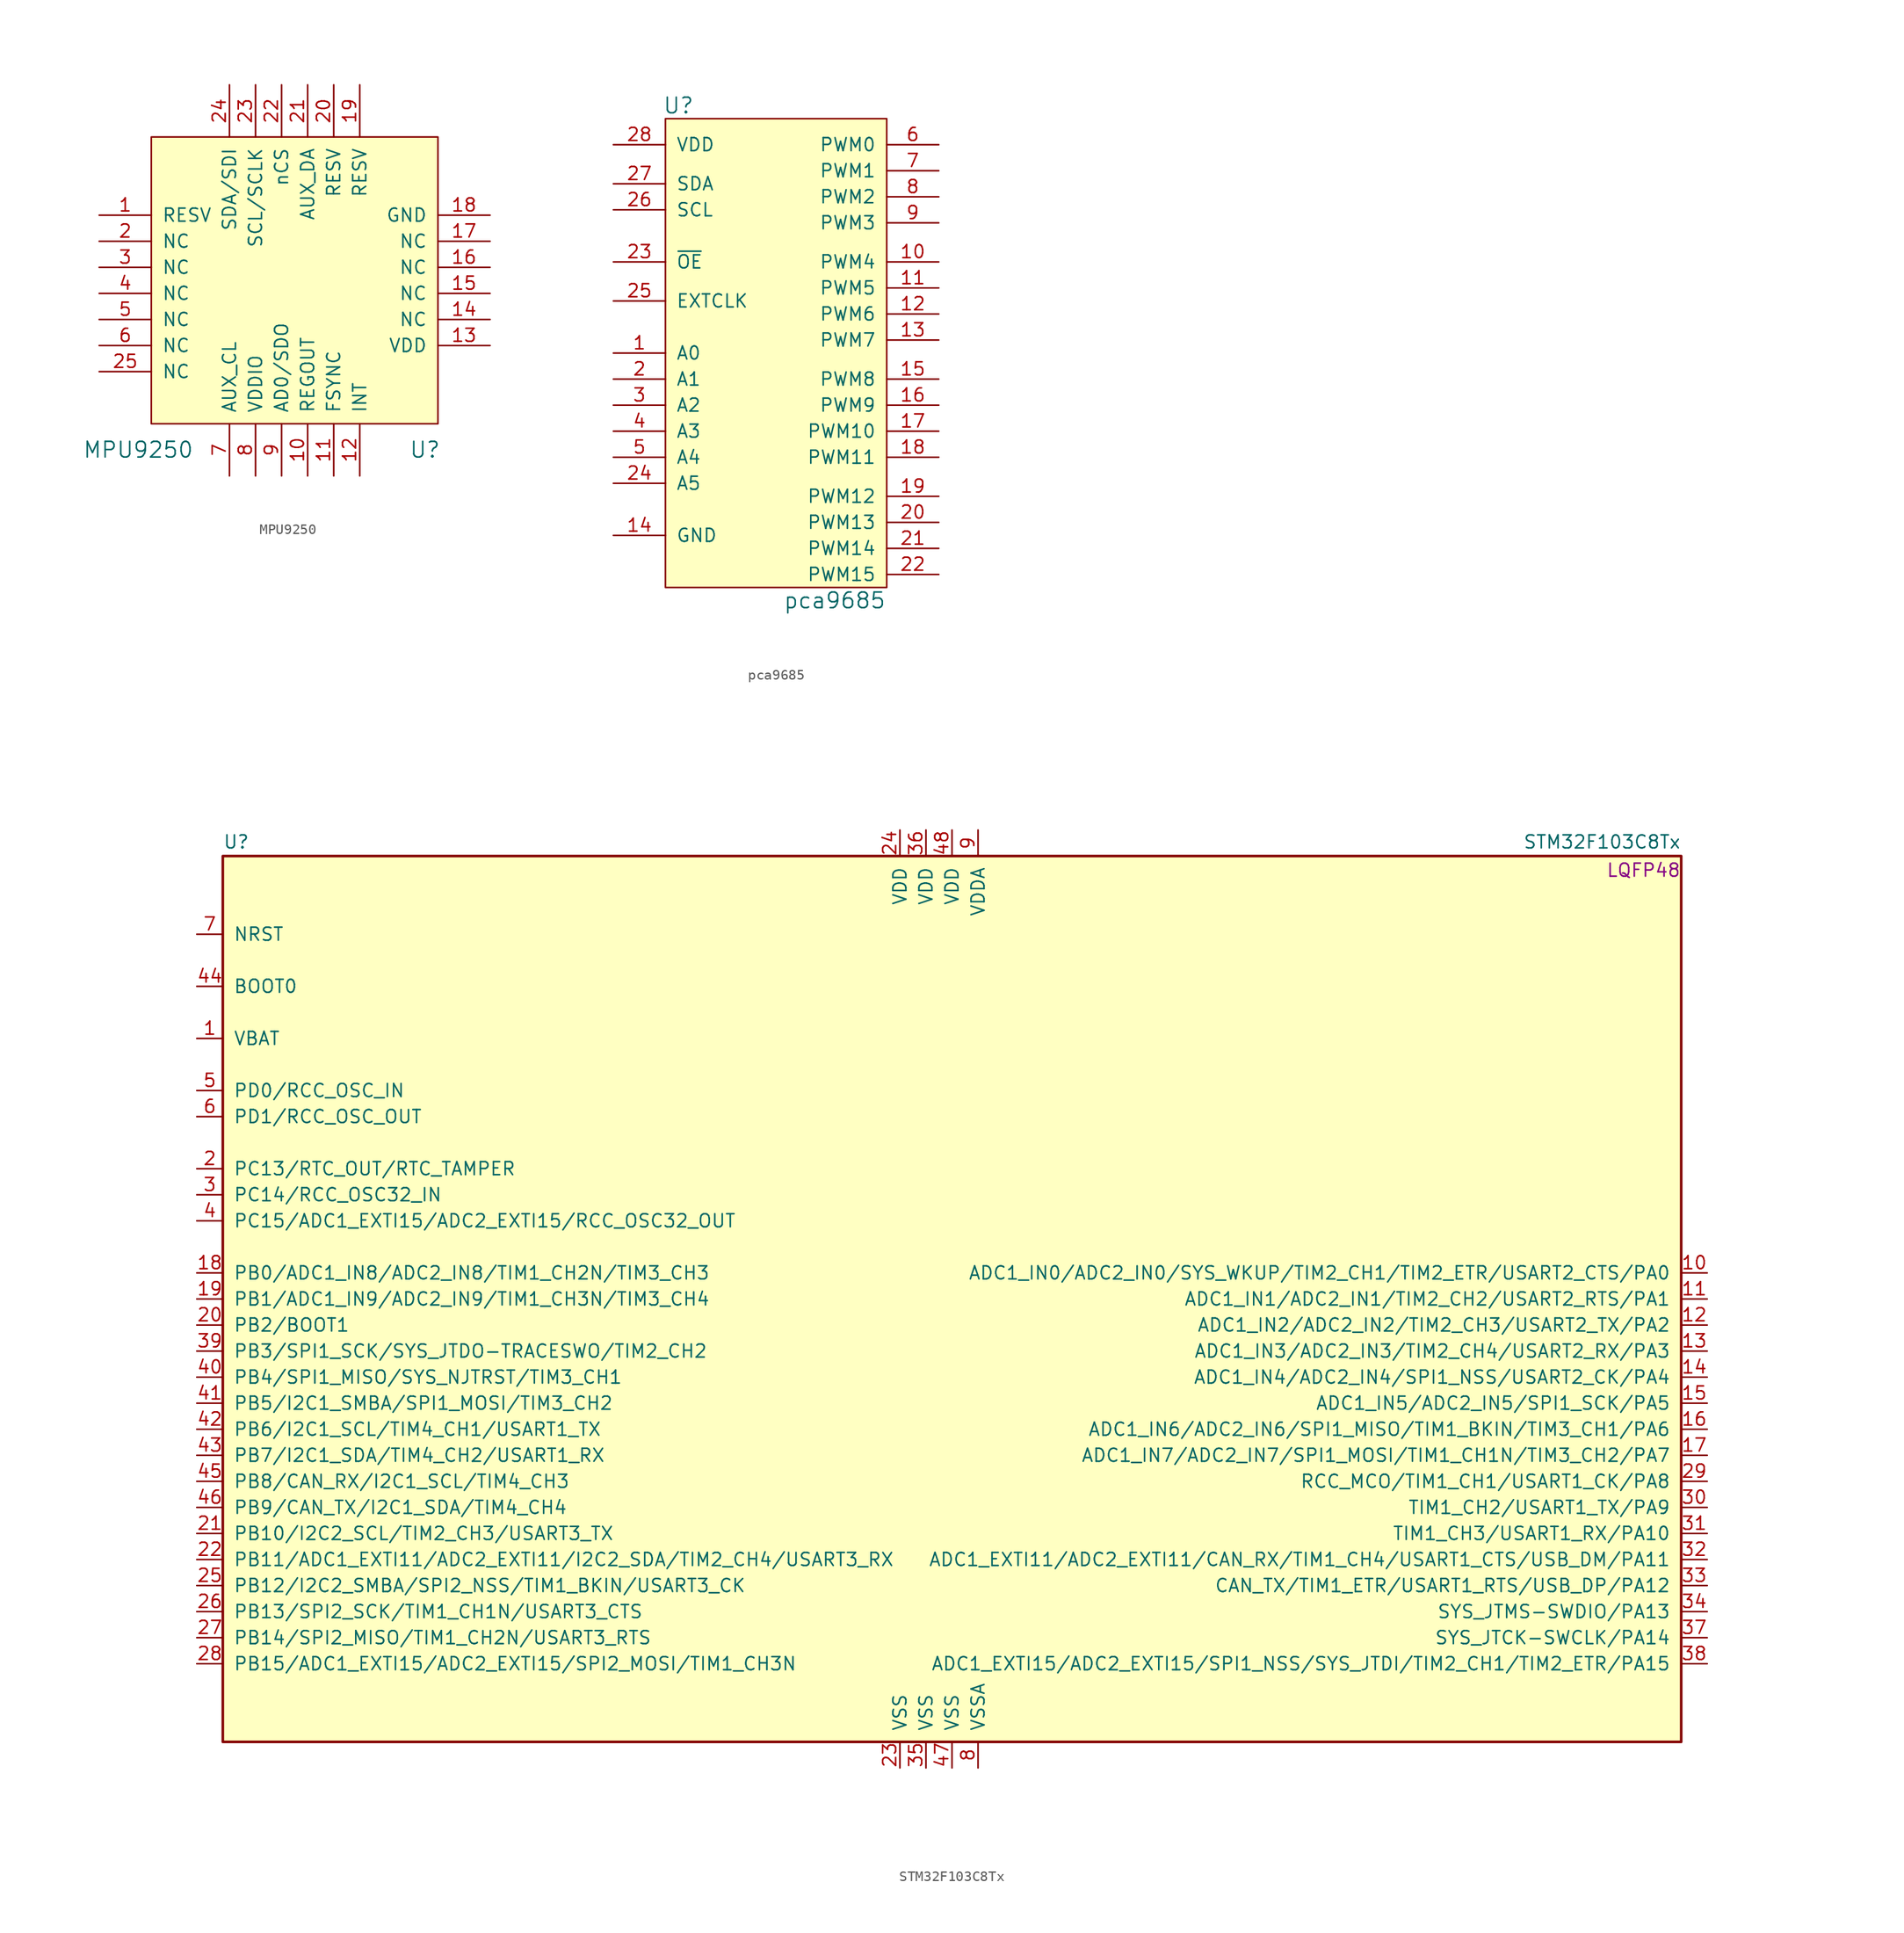
<source format=kicad_sym>
(kicad_symbol_lib
  (version 20241209)
  (generator "kicad_symbol_editor")
  (generator_version "9.0")
  (symbol "MPU9250"
    (pin_names
      (offset 1.016))
    (property "Reference" "U"
      (at 12.7 -16.51 0)
      (effects (font (size 1.524 1.524))))
    (property "Value" "MPU9250"
      (at -15.24 -16.51 0)
      (effects (font (size 1.524 1.524))))
    (symbol "MPU9250_0_1"
      (rectangle (start -13.97 13.97) (end 13.97 -13.97) (stroke (width 0) (type solid)) (fill (type background))))
    (symbol "MPU9250_1_1"
      (pin input line (at -19.05 6.35 0) (length 5.08) (name "RESV" (effects (font (size 1.27 1.27)))) (number "1" (effects (font (size 1.27 1.27)))))
      (pin input line (at -19.05 3.81 0) (length 5.08) (name "NC" (effects (font (size 1.27 1.27)))) (number "2" (effects (font (size 1.27 1.27)))))
      (pin input line (at -19.05 1.27 0) (length 5.08) (name "NC" (effects (font (size 1.27 1.27)))) (number "3" (effects (font (size 1.27 1.27)))))
      (pin input line (at -19.05 -1.27 0) (length 5.08) (name "NC" (effects (font (size 1.27 1.27)))) (number "4" (effects (font (size 1.27 1.27)))))
      (pin input line (at -19.05 -3.81 0) (length 5.08) (name "NC" (effects (font (size 1.27 1.27)))) (number "5" (effects (font (size 1.27 1.27)))))
      (pin input line (at -19.05 -6.35 0) (length 5.08) (name "NC" (effects (font (size 1.27 1.27)))) (number "6" (effects (font (size 1.27 1.27)))))
      (pin input line (at -19.05 -8.89 0) (length 5.08) (name "NC" (effects (font (size 1.27 1.27)))) (number "25" (effects (font (size 1.27 1.27)))))
      (pin input line (at -6.35 19.05 270) (length 5.08) (name "SDA/SDI" (effects (font (size 1.27 1.27)))) (number "24" (effects (font (size 1.27 1.27)))))
      (pin input line (at -6.35 -19.05 90) (length 5.08) (name "AUX_CL" (effects (font (size 1.27 1.27)))) (number "7" (effects (font (size 1.27 1.27)))))
      (pin input line (at -3.81 19.05 270) (length 5.08) (name "SCL/SCLK" (effects (font (size 1.27 1.27)))) (number "23" (effects (font (size 1.27 1.27)))))
      (pin input line (at -3.81 -19.05 90) (length 5.08) (name "VDDIO" (effects (font (size 1.27 1.27)))) (number "8" (effects (font (size 1.27 1.27)))))
      (pin input line (at -1.27 19.05 270) (length 5.08) (name "nCS" (effects (font (size 1.27 1.27)))) (number "22" (effects (font (size 1.27 1.27)))))
      (pin input line (at -1.27 -19.05 90) (length 5.08) (name "AD0/SDO" (effects (font (size 1.27 1.27)))) (number "9" (effects (font (size 1.27 1.27)))))
      (pin input line (at 1.27 19.05 270) (length 5.08) (name "AUX_DA" (effects (font (size 1.27 1.27)))) (number "21" (effects (font (size 1.27 1.27)))))
      (pin input line (at 1.27 -19.05 90) (length 5.08) (name "REGOUT" (effects (font (size 1.27 1.27)))) (number "10" (effects (font (size 1.27 1.27)))))
      (pin input line (at 3.81 19.05 270) (length 5.08) (name "RESV" (effects (font (size 1.27 1.27)))) (number "20" (effects (font (size 1.27 1.27)))))
      (pin input line (at 3.81 -19.05 90) (length 5.08) (name "FSYNC" (effects (font (size 1.27 1.27)))) (number "11" (effects (font (size 1.27 1.27)))))
      (pin input line (at 6.35 19.05 270) (length 5.08) (name "RESV" (effects (font (size 1.27 1.27)))) (number "19" (effects (font (size 1.27 1.27)))))
      (pin input line (at 6.35 -19.05 90) (length 5.08) (name "INT" (effects (font (size 1.27 1.27)))) (number "12" (effects (font (size 1.27 1.27)))))
      (pin input line (at 19.05 6.35 180) (length 5.08) (name "GND" (effects (font (size 1.27 1.27)))) (number "18" (effects (font (size 1.27 1.27)))))
      (pin input line (at 19.05 3.81 180) (length 5.08) (name "NC" (effects (font (size 1.27 1.27)))) (number "17" (effects (font (size 1.27 1.27)))))
      (pin input line (at 19.05 1.27 180) (length 5.08) (name "NC" (effects (font (size 1.27 1.27)))) (number "16" (effects (font (size 1.27 1.27)))))
      (pin input line (at 19.05 -1.27 180) (length 5.08) (name "NC" (effects (font (size 1.27 1.27)))) (number "15" (effects (font (size 1.27 1.27)))))
      (pin input line (at 19.05 -3.81 180) (length 5.08) (name "NC" (effects (font (size 1.27 1.27)))) (number "14" (effects (font (size 1.27 1.27)))))
      (pin input line (at 19.05 -6.35 180) (length 5.08) (name "VDD" (effects (font (size 1.27 1.27)))) (number "13" (effects (font (size 1.27 1.27)))))))
  (symbol "pca9685"
    (pin_names
      (offset 1.016))
    (property "Reference" "U"
      (at -8.89 22.86 0)
      (effects (font (size 1.524 1.524))))
    (property "Value" "pca9685"
      (at 6.35 -25.4 0)
      (effects (font (size 1.524 1.524))))
    (symbol "pca9685_0_1"
      (rectangle (start -10.16 21.59) (end 11.43 -24.13) (stroke (width 0) (type solid)) (fill (type background))))
    (symbol "pca9685_1_1"
      (pin input line (at -15.24 19.05 0) (length 5.08) (name "VDD" (effects (font (size 1.27 1.27)))) (number "28" (effects (font (size 1.27 1.27)))))
      (pin input line (at -15.24 15.24 0) (length 5.08) (name "SDA" (effects (font (size 1.27 1.27)))) (number "27" (effects (font (size 1.27 1.27)))))
      (pin input line (at -15.24 12.7 0) (length 5.08) (name "SCL" (effects (font (size 1.27 1.27)))) (number "26" (effects (font (size 1.27 1.27)))))
      (pin input line (at -15.24 7.62 0) (length 5.08) (name "~{OE}" (effects (font (size 1.27 1.27)))) (number "23" (effects (font (size 1.27 1.27)))))
      (pin input line (at -15.24 3.81 0) (length 5.08) (name "EXTCLK" (effects (font (size 1.27 1.27)))) (number "25" (effects (font (size 1.27 1.27)))))
      (pin input line (at -15.24 -1.27 0) (length 5.08) (name "A0" (effects (font (size 1.27 1.27)))) (number "1" (effects (font (size 1.27 1.27)))))
      (pin input line (at -15.24 -3.81 0) (length 5.08) (name "A1" (effects (font (size 1.27 1.27)))) (number "2" (effects (font (size 1.27 1.27)))))
      (pin input line (at -15.24 -6.35 0) (length 5.08) (name "A2" (effects (font (size 1.27 1.27)))) (number "3" (effects (font (size 1.27 1.27)))))
      (pin input line (at -15.24 -8.89 0) (length 5.08) (name "A3" (effects (font (size 1.27 1.27)))) (number "4" (effects (font (size 1.27 1.27)))))
      (pin input line (at -15.24 -11.43 0) (length 5.08) (name "A4" (effects (font (size 1.27 1.27)))) (number "5" (effects (font (size 1.27 1.27)))))
      (pin input line (at -15.24 -13.97 0) (length 5.08) (name "A5" (effects (font (size 1.27 1.27)))) (number "24" (effects (font (size 1.27 1.27)))))
      (pin input line (at -15.24 -19.05 0) (length 5.08) (name "GND" (effects (font (size 1.27 1.27)))) (number "14" (effects (font (size 1.27 1.27)))))
      (pin input line (at 16.51 19.05 180) (length 5.08) (name "PWM0" (effects (font (size 1.27 1.27)))) (number "6" (effects (font (size 1.27 1.27)))))
      (pin input line (at 16.51 16.51 180) (length 5.08) (name "PWM1" (effects (font (size 1.27 1.27)))) (number "7" (effects (font (size 1.27 1.27)))))
      (pin input line (at 16.51 13.97 180) (length 5.08) (name "PWM2" (effects (font (size 1.27 1.27)))) (number "8" (effects (font (size 1.27 1.27)))))
      (pin input line (at 16.51 11.43 180) (length 5.08) (name "PWM3" (effects (font (size 1.27 1.27)))) (number "9" (effects (font (size 1.27 1.27)))))
      (pin input line (at 16.51 7.62 180) (length 5.08) (name "PWM4" (effects (font (size 1.27 1.27)))) (number "10" (effects (font (size 1.27 1.27)))))
      (pin input line (at 16.51 5.08 180) (length 5.08) (name "PWM5" (effects (font (size 1.27 1.27)))) (number "11" (effects (font (size 1.27 1.27)))))
      (pin input line (at 16.51 2.54 180) (length 5.08) (name "PWM6" (effects (font (size 1.27 1.27)))) (number "12" (effects (font (size 1.27 1.27)))))
      (pin input line (at 16.51 0 180) (length 5.08) (name "PWM7" (effects (font (size 1.27 1.27)))) (number "13" (effects (font (size 1.27 1.27)))))
      (pin input line (at 16.51 -3.81 180) (length 5.08) (name "PWM8" (effects (font (size 1.27 1.27)))) (number "15" (effects (font (size 1.27 1.27)))))
      (pin input line (at 16.51 -6.35 180) (length 5.08) (name "PWM9" (effects (font (size 1.27 1.27)))) (number "16" (effects (font (size 1.27 1.27)))))
      (pin input line (at 16.51 -8.89 180) (length 5.08) (name "PWM10" (effects (font (size 1.27 1.27)))) (number "17" (effects (font (size 1.27 1.27)))))
      (pin input line (at 16.51 -11.43 180) (length 5.08) (name "PWM11" (effects (font (size 1.27 1.27)))) (number "18" (effects (font (size 1.27 1.27)))))
      (pin input line (at 16.51 -15.24 180) (length 5.08) (name "PWM12" (effects (font (size 1.27 1.27)))) (number "19" (effects (font (size 1.27 1.27)))))
      (pin input line (at 16.51 -17.78 180) (length 5.08) (name "PWM13" (effects (font (size 1.27 1.27)))) (number "20" (effects (font (size 1.27 1.27)))))
      (pin input line (at 16.51 -20.32 180) (length 5.08) (name "PWM14" (effects (font (size 1.27 1.27)))) (number "21" (effects (font (size 1.27 1.27)))))
      (pin input line (at 16.51 -22.86 180) (length 5.08) (name "PWM15" (effects (font (size 1.27 1.27)))) (number "22" (effects (font (size 1.27 1.27)))))))
  (symbol "STM32F103C8Tx"
    (pin_names
      (offset 1.016))
    (property "Reference" "U"
      (at -71.12 43.815 0)
      (effects (font (size 1.27 1.27)) (justify left bottom)))
    (property "Value" "STM32F103C8Tx"
      (at 71.12 43.815 0)
      (effects (font (size 1.27 1.27)) (justify right bottom)))
    (property "Footprint" "LQFP48"
      (at 71.12 42.545 0)
      (effects (font (size 1.27 1.27)) (justify right top)))
    (property "Datasheet" ""
      (at 0 0 0)
      (effects (font (size 1.27 1.27))))
    (property "ki_locked" ""
      (at 0 0 0)
      (effects (font (size 1.27 1.27))))
    (symbol "STM32F103C8Tx_0_1"
      (rectangle (start -71.12 -43.18) (end 71.12 43.18) (stroke (width 0.254) (type solid)) (fill (type background))))
    (symbol "STM32F103C8Tx_1_1"
      (pin input line (at -73.66 35.56 0) (length 2.54) (name "NRST" (effects (font (size 1.27 1.27)))) (number "7" (effects (font (size 1.27 1.27)))))
      (pin input line (at -73.66 30.48 0) (length 2.54) (name "BOOT0" (effects (font (size 1.27 1.27)))) (number "44" (effects (font (size 1.27 1.27)))))
      (pin power_in line (at -73.66 25.4 0) (length 2.54) (name "VBAT" (effects (font (size 1.27 1.27)))) (number "1" (effects (font (size 1.27 1.27)))))
      (pin input line (at -73.66 20.32 0) (length 2.54) (name "PD0/RCC_OSC_IN" (effects (font (size 1.27 1.27)))) (number "5" (effects (font (size 1.27 1.27)))))
      (pin input line (at -73.66 17.78 0) (length 2.54) (name "PD1/RCC_OSC_OUT" (effects (font (size 1.27 1.27)))) (number "6" (effects (font (size 1.27 1.27)))))
      (pin bidirectional line (at -73.66 12.7 0) (length 2.54) (name "PC13/RTC_OUT/RTC_TAMPER" (effects (font (size 1.27 1.27)))) (number "2" (effects (font (size 1.27 1.27)))))
      (pin bidirectional line (at -73.66 10.16 0) (length 2.54) (name "PC14/RCC_OSC32_IN" (effects (font (size 1.27 1.27)))) (number "3" (effects (font (size 1.27 1.27)))))
      (pin bidirectional line (at -73.66 7.62 0) (length 2.54) (name "PC15/ADC1_EXTI15/ADC2_EXTI15/RCC_OSC32_OUT" (effects (font (size 1.27 1.27)))) (number "4" (effects (font (size 1.27 1.27)))))
      (pin bidirectional line (at -73.66 2.54 0) (length 2.54) (name "PB0/ADC1_IN8/ADC2_IN8/TIM1_CH2N/TIM3_CH3" (effects (font (size 1.27 1.27)))) (number "18" (effects (font (size 1.27 1.27)))))
      (pin bidirectional line (at -73.66 0 0) (length 2.54) (name "PB1/ADC1_IN9/ADC2_IN9/TIM1_CH3N/TIM3_CH4" (effects (font (size 1.27 1.27)))) (number "19" (effects (font (size 1.27 1.27)))))
      (pin input line (at -73.66 -2.54 0) (length 2.54) (name "PB2/BOOT1" (effects (font (size 1.27 1.27)))) (number "20" (effects (font (size 1.27 1.27)))))
      (pin bidirectional line (at -73.66 -5.08 0) (length 2.54) (name "PB3/SPI1_SCK/SYS_JTDO-TRACESWO/TIM2_CH2" (effects (font (size 1.27 1.27)))) (number "39" (effects (font (size 1.27 1.27)))))
      (pin bidirectional line (at -73.66 -7.62 0) (length 2.54) (name "PB4/SPI1_MISO/SYS_NJTRST/TIM3_CH1" (effects (font (size 1.27 1.27)))) (number "40" (effects (font (size 1.27 1.27)))))
      (pin bidirectional line (at -73.66 -10.16 0) (length 2.54) (name "PB5/I2C1_SMBA/SPI1_MOSI/TIM3_CH2" (effects (font (size 1.27 1.27)))) (number "41" (effects (font (size 1.27 1.27)))))
      (pin bidirectional line (at -73.66 -12.7 0) (length 2.54) (name "PB6/I2C1_SCL/TIM4_CH1/USART1_TX" (effects (font (size 1.27 1.27)))) (number "42" (effects (font (size 1.27 1.27)))))
      (pin bidirectional line (at -73.66 -15.24 0) (length 2.54) (name "PB7/I2C1_SDA/TIM4_CH2/USART1_RX" (effects (font (size 1.27 1.27)))) (number "43" (effects (font (size 1.27 1.27)))))
      (pin bidirectional line (at -73.66 -17.78 0) (length 2.54) (name "PB8/CAN_RX/I2C1_SCL/TIM4_CH3" (effects (font (size 1.27 1.27)))) (number "45" (effects (font (size 1.27 1.27)))))
      (pin bidirectional line (at -73.66 -20.32 0) (length 2.54) (name "PB9/CAN_TX/I2C1_SDA/TIM4_CH4" (effects (font (size 1.27 1.27)))) (number "46" (effects (font (size 1.27 1.27)))))
      (pin bidirectional line (at -73.66 -22.86 0) (length 2.54) (name "PB10/I2C2_SCL/TIM2_CH3/USART3_TX" (effects (font (size 1.27 1.27)))) (number "21" (effects (font (size 1.27 1.27)))))
      (pin bidirectional line (at -73.66 -25.4 0) (length 2.54) (name "PB11/ADC1_EXTI11/ADC2_EXTI11/I2C2_SDA/TIM2_CH4/USART3_RX" (effects (font (size 1.27 1.27)))) (number "22" (effects (font (size 1.27 1.27)))))
      (pin bidirectional line (at -73.66 -27.94 0) (length 2.54) (name "PB12/I2C2_SMBA/SPI2_NSS/TIM1_BKIN/USART3_CK" (effects (font (size 1.27 1.27)))) (number "25" (effects (font (size 1.27 1.27)))))
      (pin bidirectional line (at -73.66 -30.48 0) (length 2.54) (name "PB13/SPI2_SCK/TIM1_CH1N/USART3_CTS" (effects (font (size 1.27 1.27)))) (number "26" (effects (font (size 1.27 1.27)))))
      (pin bidirectional line (at -73.66 -33.02 0) (length 2.54) (name "PB14/SPI2_MISO/TIM1_CH2N/USART3_RTS" (effects (font (size 1.27 1.27)))) (number "27" (effects (font (size 1.27 1.27)))))
      (pin bidirectional line (at -73.66 -35.56 0) (length 2.54) (name "PB15/ADC1_EXTI15/ADC2_EXTI15/SPI2_MOSI/TIM1_CH3N" (effects (font (size 1.27 1.27)))) (number "28" (effects (font (size 1.27 1.27)))))
      (pin power_in line (at -5.08 45.72 270) (length 2.54) (name "VDD" (effects (font (size 1.27 1.27)))) (number "24" (effects (font (size 1.27 1.27)))))
      (pin power_in line (at -5.08 -45.72 90) (length 2.54) (name "VSS" (effects (font (size 1.27 1.27)))) (number "23" (effects (font (size 1.27 1.27)))))
      (pin power_in line (at -2.54 45.72 270) (length 2.54) (name "VDD" (effects (font (size 1.27 1.27)))) (number "36" (effects (font (size 1.27 1.27)))))
      (pin power_in line (at -2.54 -45.72 90) (length 2.54) (name "VSS" (effects (font (size 1.27 1.27)))) (number "35" (effects (font (size 1.27 1.27)))))
      (pin power_in line (at 0 45.72 270) (length 2.54) (name "VDD" (effects (font (size 1.27 1.27)))) (number "48" (effects (font (size 1.27 1.27)))))
      (pin power_in line (at 0 -45.72 90) (length 2.54) (name "VSS" (effects (font (size 1.27 1.27)))) (number "47" (effects (font (size 1.27 1.27)))))
      (pin power_in line (at 2.54 45.72 270) (length 2.54) (name "VDDA" (effects (font (size 1.27 1.27)))) (number "9" (effects (font (size 1.27 1.27)))))
      (pin power_in line (at 2.54 -45.72 90) (length 2.54) (name "VSSA" (effects (font (size 1.27 1.27)))) (number "8" (effects (font (size 1.27 1.27)))))
      (pin bidirectional line (at 73.66 2.54 180) (length 2.54) (name "ADC1_IN0/ADC2_IN0/SYS_WKUP/TIM2_CH1/TIM2_ETR/USART2_CTS/PA0" (effects (font (size 1.27 1.27)))) (number "10" (effects (font (size 1.27 1.27)))))
      (pin bidirectional line (at 73.66 0 180) (length 2.54) (name "ADC1_IN1/ADC2_IN1/TIM2_CH2/USART2_RTS/PA1" (effects (font (size 1.27 1.27)))) (number "11" (effects (font (size 1.27 1.27)))))
      (pin bidirectional line (at 73.66 -2.54 180) (length 2.54) (name "ADC1_IN2/ADC2_IN2/TIM2_CH3/USART2_TX/PA2" (effects (font (size 1.27 1.27)))) (number "12" (effects (font (size 1.27 1.27)))))
      (pin bidirectional line (at 73.66 -5.08 180) (length 2.54) (name "ADC1_IN3/ADC2_IN3/TIM2_CH4/USART2_RX/PA3" (effects (font (size 1.27 1.27)))) (number "13" (effects (font (size 1.27 1.27)))))
      (pin bidirectional line (at 73.66 -7.62 180) (length 2.54) (name "ADC1_IN4/ADC2_IN4/SPI1_NSS/USART2_CK/PA4" (effects (font (size 1.27 1.27)))) (number "14" (effects (font (size 1.27 1.27)))))
      (pin bidirectional line (at 73.66 -10.16 180) (length 2.54) (name "ADC1_IN5/ADC2_IN5/SPI1_SCK/PA5" (effects (font (size 1.27 1.27)))) (number "15" (effects (font (size 1.27 1.27)))))
      (pin bidirectional line (at 73.66 -12.7 180) (length 2.54) (name "ADC1_IN6/ADC2_IN6/SPI1_MISO/TIM1_BKIN/TIM3_CH1/PA6" (effects (font (size 1.27 1.27)))) (number "16" (effects (font (size 1.27 1.27)))))
      (pin bidirectional line (at 73.66 -15.24 180) (length 2.54) (name "ADC1_IN7/ADC2_IN7/SPI1_MOSI/TIM1_CH1N/TIM3_CH2/PA7" (effects (font (size 1.27 1.27)))) (number "17" (effects (font (size 1.27 1.27)))))
      (pin bidirectional line (at 73.66 -17.78 180) (length 2.54) (name "RCC_MCO/TIM1_CH1/USART1_CK/PA8" (effects (font (size 1.27 1.27)))) (number "29" (effects (font (size 1.27 1.27)))))
      (pin bidirectional line (at 73.66 -20.32 180) (length 2.54) (name "TIM1_CH2/USART1_TX/PA9" (effects (font (size 1.27 1.27)))) (number "30" (effects (font (size 1.27 1.27)))))
      (pin bidirectional line (at 73.66 -22.86 180) (length 2.54) (name "TIM1_CH3/USART1_RX/PA10" (effects (font (size 1.27 1.27)))) (number "31" (effects (font (size 1.27 1.27)))))
      (pin bidirectional line (at 73.66 -25.4 180) (length 2.54) (name "ADC1_EXTI11/ADC2_EXTI11/CAN_RX/TIM1_CH4/USART1_CTS/USB_DM/PA11" (effects (font (size 1.27 1.27)))) (number "32" (effects (font (size 1.27 1.27)))))
      (pin bidirectional line (at 73.66 -27.94 180) (length 2.54) (name "CAN_TX/TIM1_ETR/USART1_RTS/USB_DP/PA12" (effects (font (size 1.27 1.27)))) (number "33" (effects (font (size 1.27 1.27)))))
      (pin bidirectional line (at 73.66 -30.48 180) (length 2.54) (name "SYS_JTMS-SWDIO/PA13" (effects (font (size 1.27 1.27)))) (number "34" (effects (font (size 1.27 1.27)))))
      (pin bidirectional line (at 73.66 -33.02 180) (length 2.54) (name "SYS_JTCK-SWCLK/PA14" (effects (font (size 1.27 1.27)))) (number "37" (effects (font (size 1.27 1.27)))))
      (pin bidirectional line (at 73.66 -35.56 180) (length 2.54) (name "ADC1_EXTI15/ADC2_EXTI15/SPI1_NSS/SYS_JTDI/TIM2_CH1/TIM2_ETR/PA15" (effects (font (size 1.27 1.27)))) (number "38" (effects (font (size 1.27 1.27))))))))
</source>
